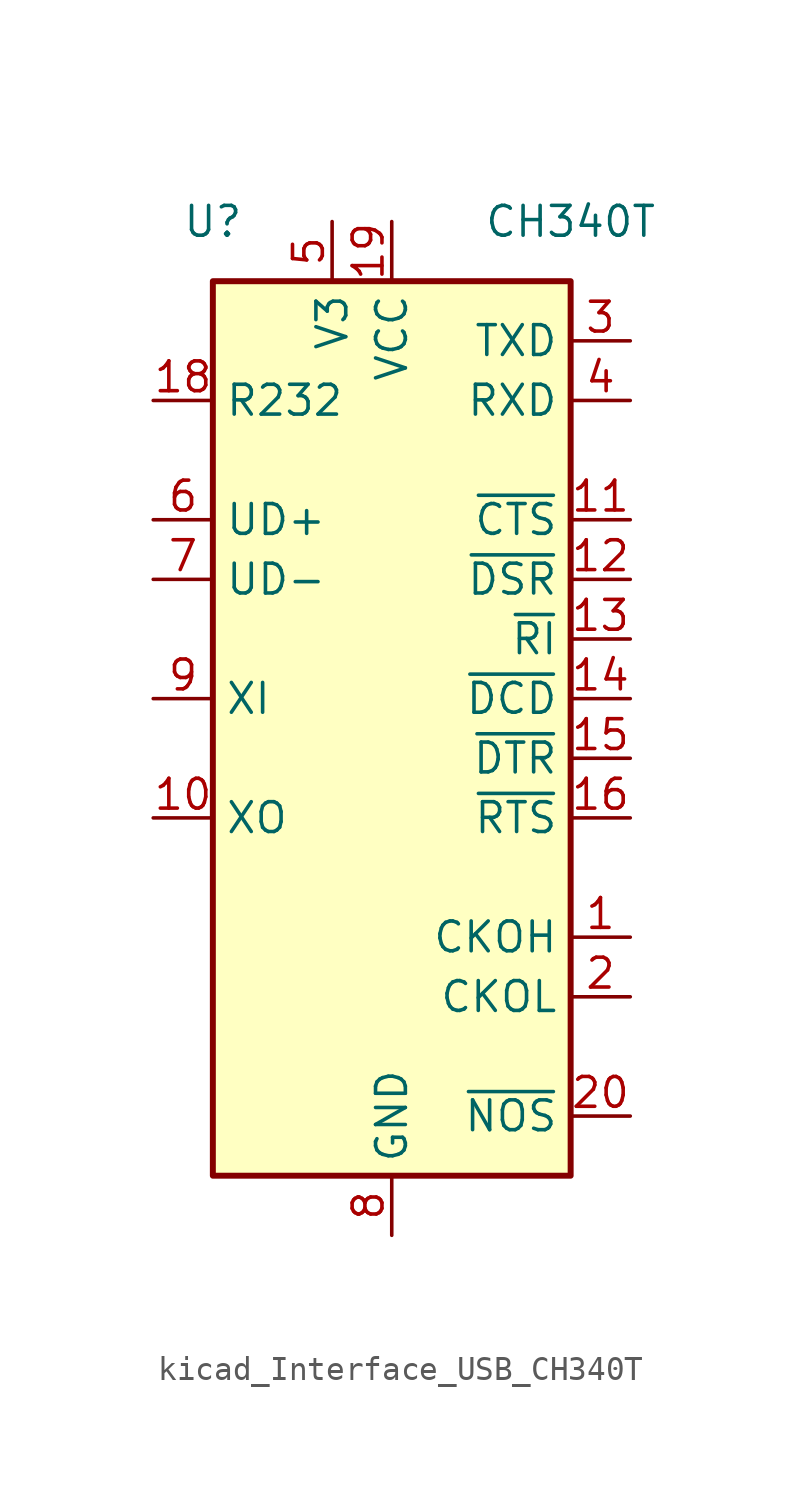
<source format=kicad_sym>
(kicad_symbol_lib
  (version 20220914)
  (generator kicad_symbol_editor)
  (symbol "kicad_Interface_USB_CH340T"
    (property "Reference" "U"
      (at -7.62 22.86 0)
      (effects (font (size 1.27 1.27))))
    (property "Value" "CH340T"
      (at 7.62 22.86 0)
      (effects (font (size 1.27 1.27))))
    (symbol "kicad_Interface_USB_CH340T_1_1"
      (rectangle (start -7.62 20.32) (end 7.62 -17.78) (stroke (width 0.254) (type default)) (fill (type background)))
      (pin output line (at 10.16 -7.62 180) (length 2.54) (name "CKOH" (effects (font (size 1.27 1.27)))) (number "1" (effects (font (size 1.27 1.27)))))
      (pin output line (at -10.16 -2.54 0) (length 2.54) (name "XO" (effects (font (size 1.27 1.27)))) (number "10" (effects (font (size 1.27 1.27)))))
      (pin input line (at 10.16 10.16 180) (length 2.54) (name "~{CTS}" (effects (font (size 1.27 1.27)))) (number "11" (effects (font (size 1.27 1.27)))))
      (pin input line (at 10.16 7.62 180) (length 2.54) (name "~{DSR}" (effects (font (size 1.27 1.27)))) (number "12" (effects (font (size 1.27 1.27)))))
      (pin input line (at 10.16 5.08 180) (length 2.54) (name "~{RI}" (effects (font (size 1.27 1.27)))) (number "13" (effects (font (size 1.27 1.27)))))
      (pin input line (at 10.16 2.54 180) (length 2.54) (name "~{DCD}" (effects (font (size 1.27 1.27)))) (number "14" (effects (font (size 1.27 1.27)))))
      (pin output line (at 10.16 0 180) (length 2.54) (name "~{DTR}" (effects (font (size 1.27 1.27)))) (number "15" (effects (font (size 1.27 1.27)))))
      (pin output line (at 10.16 -2.54 180) (length 2.54) (name "~{RTS}" (effects (font (size 1.27 1.27)))) (number "16" (effects (font (size 1.27 1.27)))))
      (pin no_connect line (at -7.62 -7.62 0) (length 2.54) hide (name "NC" (effects (font (size 1.27 1.27)))) (number "17" (effects (font (size 1.27 1.27)))))
      (pin input line (at -10.16 15.24 0) (length 2.54) (name "R232" (effects (font (size 1.27 1.27)))) (number "18" (effects (font (size 1.27 1.27)))))
      (pin power_in line (at 0 22.86 270) (length 2.54) (name "VCC" (effects (font (size 1.27 1.27)))) (number "19" (effects (font (size 1.27 1.27)))))
      (pin output line (at 10.16 -10.16 180) (length 2.54) (name "CKOL" (effects (font (size 1.27 1.27)))) (number "2" (effects (font (size 1.27 1.27)))))
      (pin input line (at 10.16 -15.24 180) (length 2.54) (name "~{NOS}" (effects (font (size 1.27 1.27)))) (number "20" (effects (font (size 1.27 1.27)))))
      (pin output line (at 10.16 17.78 180) (length 2.54) (name "TXD" (effects (font (size 1.27 1.27)))) (number "3" (effects (font (size 1.27 1.27)))))
      (pin input line (at 10.16 15.24 180) (length 2.54) (name "RXD" (effects (font (size 1.27 1.27)))) (number "4" (effects (font (size 1.27 1.27)))))
      (pin passive line (at -2.54 22.86 270) (length 2.54) (name "V3" (effects (font (size 1.27 1.27)))) (number "5" (effects (font (size 1.27 1.27)))))
      (pin bidirectional line (at -10.16 10.16 0) (length 2.54) (name "UD+" (effects (font (size 1.27 1.27)))) (number "6" (effects (font (size 1.27 1.27)))))
      (pin bidirectional line (at -10.16 7.62 0) (length 2.54) (name "UD-" (effects (font (size 1.27 1.27)))) (number "7" (effects (font (size 1.27 1.27)))))
      (pin power_in line (at 0 -20.32 90) (length 2.54) (name "GND" (effects (font (size 1.27 1.27)))) (number "8" (effects (font (size 1.27 1.27)))))
      (pin input line (at -10.16 2.54 0) (length 2.54) (name "XI" (effects (font (size 1.27 1.27)))) (number "9" (effects (font (size 1.27 1.27))))))))
</source>
